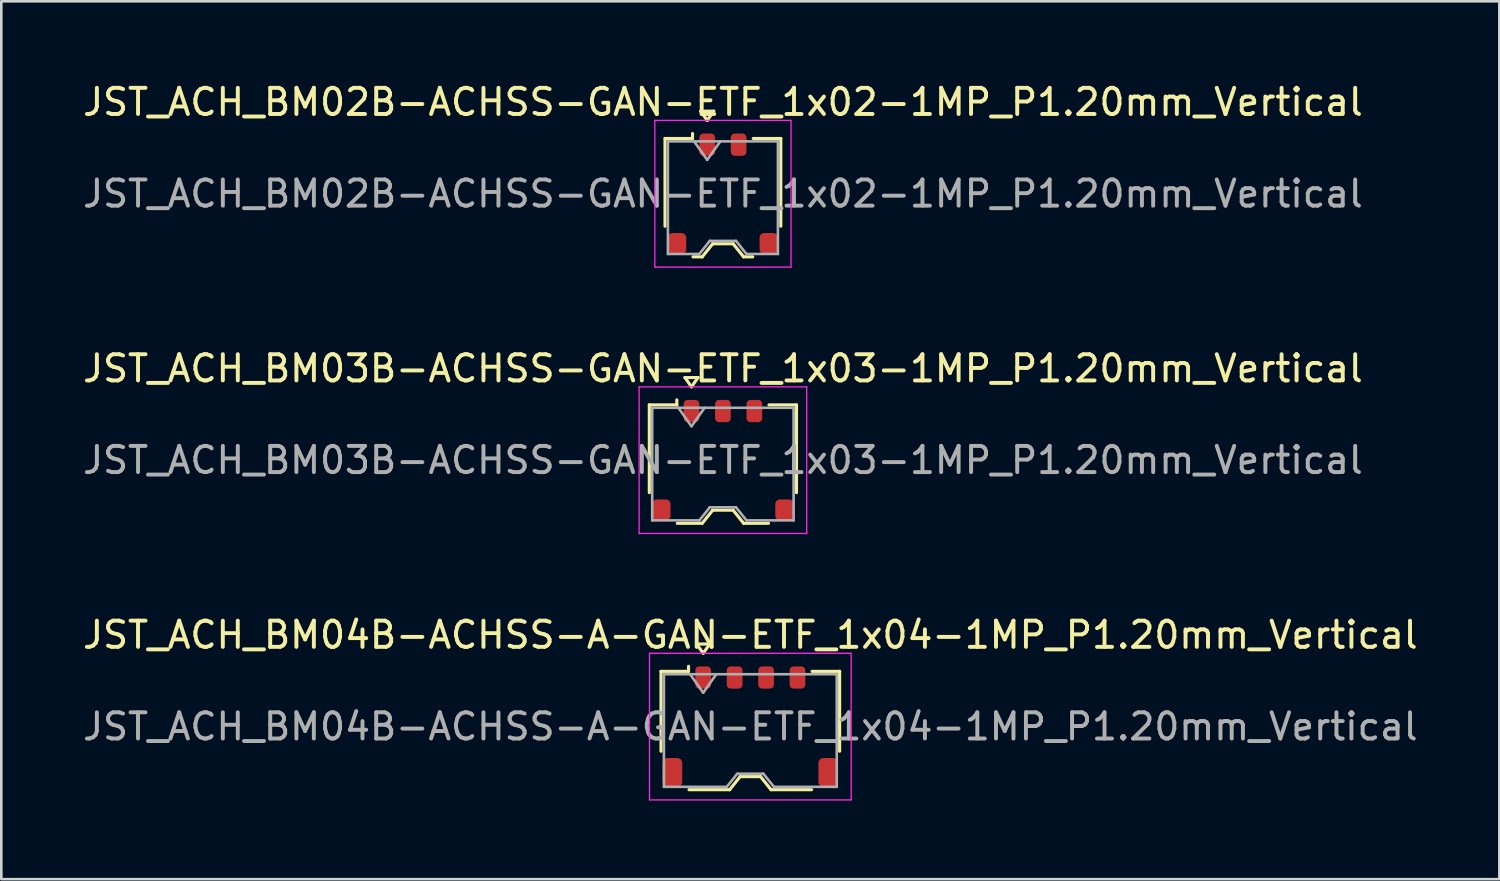
<source format=kicad_pcb>
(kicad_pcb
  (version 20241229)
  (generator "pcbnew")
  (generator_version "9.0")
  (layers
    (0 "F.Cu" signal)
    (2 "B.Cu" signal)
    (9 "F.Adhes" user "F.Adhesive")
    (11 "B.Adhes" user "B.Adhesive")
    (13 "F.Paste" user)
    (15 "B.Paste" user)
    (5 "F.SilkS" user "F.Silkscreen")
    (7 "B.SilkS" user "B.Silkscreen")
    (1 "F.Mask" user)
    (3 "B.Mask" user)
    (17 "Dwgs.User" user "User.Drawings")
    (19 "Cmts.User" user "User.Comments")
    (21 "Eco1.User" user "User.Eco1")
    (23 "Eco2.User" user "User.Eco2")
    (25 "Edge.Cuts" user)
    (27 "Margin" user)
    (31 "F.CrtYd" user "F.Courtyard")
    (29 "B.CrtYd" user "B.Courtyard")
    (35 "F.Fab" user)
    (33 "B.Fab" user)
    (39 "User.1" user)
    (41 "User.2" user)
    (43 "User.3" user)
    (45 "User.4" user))
  (footprint "JST_ACH_BM02B-ACHSS-GAN-ETF_1x02-1MP_P1.20mm_Vertical"
    (layer "F.Cu")
    (at 24.554 4.348)
    (property "Reference" "JST_ACH_BM02B-ACHSS-GAN-ETF_1x02-1MP_P1.20mm_Vertical" (at 0 -3.5 0) (layer "F.SilkS") (effects (font (size 1 1) (thickness 0.15))))
    (attr smd)
    (fp_line (start -2.21 -2.11) (end -1.16 -2.11) (stroke (width 0.12) (type solid)) (layer "F.SilkS"))
    (fp_line (start -2.21 1.24) (end -2.21 -2.11) (stroke (width 0.12) (type solid)) (layer "F.SilkS"))
    (fp_line (start -1.16 -2.11) (end -1.16 -2.3) (stroke (width 0.12) (type solid)) (layer "F.SilkS"))
    (fp_line (start -1.14 2.41) (end -0.79 2.41) (stroke (width 0.12) (type solid)) (layer "F.SilkS"))
    (fp_line (start -0.85 -3.154) (end -0.6 -2.8) (stroke (width 0.12) (type solid)) (layer "F.SilkS"))
    (fp_line (start -0.79 2.41) (end -0.39 1.91) (stroke (width 0.12) (type solid)) (layer "F.SilkS"))
    (fp_line (start -0.6 -2.8) (end -0.35 -3.154) (stroke (width 0.12) (type solid)) (layer "F.SilkS"))
    (fp_line (start -0.39 1.91) (end 0.39 1.91) (stroke (width 0.12) (type solid)) (layer "F.SilkS"))
    (fp_line (start -0.35 -3.154) (end -0.85 -3.154) (stroke (width 0.12) (type solid)) (layer "F.SilkS"))
    (fp_line (start 0.39 1.91) (end 0.79 2.41) (stroke (width 0.12) (type solid)) (layer "F.SilkS"))
    (fp_line (start 0.79 2.41) (end 1.14 2.41) (stroke (width 0.12) (type solid)) (layer "F.SilkS"))
    (fp_line (start 2.21 -2.11) (end 1.16 -2.11) (stroke (width 0.12) (type solid)) (layer "F.SilkS"))
    (fp_line (start 2.21 1.24) (end 2.21 -2.11) (stroke (width 0.12) (type solid)) (layer "F.SilkS"))
    (fp_line (start -2.6 -2.8) (end -2.6 2.8) (stroke (width 0.05) (type solid)) (layer "F.CrtYd"))
    (fp_line (start -2.6 2.8) (end 2.6 2.8) (stroke (width 0.05) (type solid)) (layer "F.CrtYd"))
    (fp_line (start 2.6 -2.8) (end -2.6 -2.8) (stroke (width 0.05) (type solid)) (layer "F.CrtYd"))
    (fp_line (start 2.6 2.8) (end 2.6 -2.8) (stroke (width 0.05) (type solid)) (layer "F.CrtYd"))
    (fp_line (start -2.1 -2) (end -2.1 2.3) (stroke (width 0.1) (type solid)) (layer "F.Fab"))
    (fp_line (start -2.1 -2) (end 2.1 -2) (stroke (width 0.1) (type solid)) (layer "F.Fab"))
    (fp_line (start -2.1 2.3) (end -0.9 2.3) (stroke (width 0.1) (type solid)) (layer "F.Fab"))
    (fp_line (start -1.1 -2) (end -0.6 -1.293) (stroke (width 0.1) (type solid)) (layer "F.Fab"))
    (fp_line (start -0.9 2.3) (end -0.5 1.8) (stroke (width 0.1) (type solid)) (layer "F.Fab"))
    (fp_line (start -0.6 -1.293) (end -0.1 -2) (stroke (width 0.1) (type solid)) (layer "F.Fab"))
    (fp_line (start -0.5 1.8) (end 0.5 1.8) (stroke (width 0.1) (type solid)) (layer "F.Fab"))
    (fp_line (start 0.5 1.8) (end 0.9 2.3) (stroke (width 0.1) (type solid)) (layer "F.Fab"))
    (fp_line (start 0.9 2.3) (end 2.1 2.3) (stroke (width 0.1) (type solid)) (layer "F.Fab"))
    (fp_line (start 2.1 -2) (end 2.1 2.3) (stroke (width 0.1) (type solid)) (layer "F.Fab"))
    (fp_text user "${REFERENCE}" (at 0 0 0) (layer "F.Fab") (effects (font (size 1 1) (thickness 0.15))))
    (pad "1" smd roundrect (at -0.6 -1.875) (size 0.6 0.85) (layers "F.Cu" "F.Mask" "F.Paste") (roundrect_rratio 0.25))
    (pad "2" smd roundrect (at 0.6 -1.875) (size 0.6 0.85) (layers "F.Cu" "F.Mask" "F.Paste") (roundrect_rratio 0.25))
    (pad "MP" smd roundrect (at -1.75 1.9) (size 0.7 0.8) (layers "F.Cu" "F.Mask" "F.Paste") (roundrect_rratio 0.25))
    (pad "MP" smd roundrect (at 1.75 1.9) (size 0.7 0.8) (layers "F.Cu" "F.Mask" "F.Paste") (roundrect_rratio 0.25)))
  (footprint "JST_ACH_BM03B-ACHSS-GAN-ETF_1x03-1MP_P1.20mm_Vertical"
    (layer "F.Cu")
    (at 24.554 14.521)
    (property "Reference" "JST_ACH_BM03B-ACHSS-GAN-ETF_1x03-1MP_P1.20mm_Vertical" (at 0 -3.5 0) (layer "F.SilkS") (effects (font (size 1 1) (thickness 0.15))))
    (attr smd)
    (fp_line (start -2.81 -2.11) (end -1.76 -2.11) (stroke (width 0.12) (type solid)) (layer "F.SilkS"))
    (fp_line (start -2.81 1.24) (end -2.81 -2.11) (stroke (width 0.12) (type solid)) (layer "F.SilkS"))
    (fp_line (start -1.76 -2.11) (end -1.76 -2.3) (stroke (width 0.12) (type solid)) (layer "F.SilkS"))
    (fp_line (start -1.74 2.41) (end -0.79 2.41) (stroke (width 0.12) (type solid)) (layer "F.SilkS"))
    (fp_line (start -1.45 -3.154) (end -1.2 -2.8) (stroke (width 0.12) (type solid)) (layer "F.SilkS"))
    (fp_line (start -1.2 -2.8) (end -0.95 -3.154) (stroke (width 0.12) (type solid)) (layer "F.SilkS"))
    (fp_line (start -0.95 -3.154) (end -1.45 -3.154) (stroke (width 0.12) (type solid)) (layer "F.SilkS"))
    (fp_line (start -0.79 2.41) (end -0.39 1.91) (stroke (width 0.12) (type solid)) (layer "F.SilkS"))
    (fp_line (start -0.39 1.91) (end 0.39 1.91) (stroke (width 0.12) (type solid)) (layer "F.SilkS"))
    (fp_line (start 0.39 1.91) (end 0.79 2.41) (stroke (width 0.12) (type solid)) (layer "F.SilkS"))
    (fp_line (start 0.79 2.41) (end 1.74 2.41) (stroke (width 0.12) (type solid)) (layer "F.SilkS"))
    (fp_line (start 2.81 -2.11) (end 1.76 -2.11) (stroke (width 0.12) (type solid)) (layer "F.SilkS"))
    (fp_line (start 2.81 1.24) (end 2.81 -2.11) (stroke (width 0.12) (type solid)) (layer "F.SilkS"))
    (fp_line (start -3.2 -2.8) (end -3.2 2.8) (stroke (width 0.05) (type solid)) (layer "F.CrtYd"))
    (fp_line (start -3.2 2.8) (end 3.2 2.8) (stroke (width 0.05) (type solid)) (layer "F.CrtYd"))
    (fp_line (start 3.2 -2.8) (end -3.2 -2.8) (stroke (width 0.05) (type solid)) (layer "F.CrtYd"))
    (fp_line (start 3.2 2.8) (end 3.2 -2.8) (stroke (width 0.05) (type solid)) (layer "F.CrtYd"))
    (fp_line (start -2.7 -2) (end -2.7 2.3) (stroke (width 0.1) (type solid)) (layer "F.Fab"))
    (fp_line (start -2.7 -2) (end 2.7 -2) (stroke (width 0.1) (type solid)) (layer "F.Fab"))
    (fp_line (start -2.7 2.3) (end -0.9 2.3) (stroke (width 0.1) (type solid)) (layer "F.Fab"))
    (fp_line (start -1.7 -2) (end -1.2 -1.293) (stroke (width 0.1) (type solid)) (layer "F.Fab"))
    (fp_line (start -1.2 -1.293) (end -0.7 -2) (stroke (width 0.1) (type solid)) (layer "F.Fab"))
    (fp_line (start -0.9 2.3) (end -0.5 1.8) (stroke (width 0.1) (type solid)) (layer "F.Fab"))
    (fp_line (start -0.5 1.8) (end 0.5 1.8) (stroke (width 0.1) (type solid)) (layer "F.Fab"))
    (fp_line (start 0.5 1.8) (end 0.9 2.3) (stroke (width 0.1) (type solid)) (layer "F.Fab"))
    (fp_line (start 0.9 2.3) (end 2.7 2.3) (stroke (width 0.1) (type solid)) (layer "F.Fab"))
    (fp_line (start 2.7 -2) (end 2.7 2.3) (stroke (width 0.1) (type solid)) (layer "F.Fab"))
    (fp_text user "${REFERENCE}" (at 0 0 0) (layer "F.Fab") (effects (font (size 1 1) (thickness 0.15))))
    (pad "1" smd roundrect (at -1.2 -1.875) (size 0.6 0.85) (layers "F.Cu" "F.Mask" "F.Paste") (roundrect_rratio 0.25))
    (pad "2" smd roundrect (at 0 -1.875) (size 0.6 0.85) (layers "F.Cu" "F.Mask" "F.Paste") (roundrect_rratio 0.25))
    (pad "3" smd roundrect (at 1.2 -1.875) (size 0.6 0.85) (layers "F.Cu" "F.Mask" "F.Paste") (roundrect_rratio 0.25))
    (pad "MP" smd roundrect (at -2.35 1.9) (size 0.7 0.8) (layers "F.Cu" "F.Mask" "F.Paste") (roundrect_rratio 0.25))
    (pad "MP" smd roundrect (at 2.35 1.9) (size 0.7 0.8) (layers "F.Cu" "F.Mask" "F.Paste") (roundrect_rratio 0.25)))
  (footprint "JST_ACH_BM04B-ACHSS-A-GAN-ETF_1x04-1MP_P1.20mm_Vertical"
    (layer "F.Cu")
    (at 25.601 24.695)
    (property "Reference" "JST_ACH_BM04B-ACHSS-A-GAN-ETF_1x04-1MP_P1.20mm_Vertical" (at 0 -3.5 0) (layer "F.SilkS") (effects (font (size 1 1) (thickness 0.15))))
    (attr smd)
    (fp_line (start -3.41 -2.11) (end -2.36 -2.11) (stroke (width 0.12) (type solid)) (layer "F.SilkS"))
    (fp_line (start -3.41 0.94) (end -3.41 -2.11) (stroke (width 0.12) (type solid)) (layer "F.SilkS"))
    (fp_line (start -2.36 -2.11) (end -2.36 -2.3) (stroke (width 0.12) (type solid)) (layer "F.SilkS"))
    (fp_line (start -2.34 2.41) (end -0.79 2.41) (stroke (width 0.12) (type solid)) (layer "F.SilkS"))
    (fp_line (start -2.05 -3.154) (end -1.8 -2.8) (stroke (width 0.12) (type solid)) (layer "F.SilkS"))
    (fp_line (start -1.8 -2.8) (end -1.55 -3.154) (stroke (width 0.12) (type solid)) (layer "F.SilkS"))
    (fp_line (start -1.55 -3.154) (end -2.05 -3.154) (stroke (width 0.12) (type solid)) (layer "F.SilkS"))
    (fp_line (start -0.79 2.41) (end -0.39 1.91) (stroke (width 0.12) (type solid)) (layer "F.SilkS"))
    (fp_line (start -0.39 1.91) (end 0.39 1.91) (stroke (width 0.12) (type solid)) (layer "F.SilkS"))
    (fp_line (start 0.39 1.91) (end 0.79 2.41) (stroke (width 0.12) (type solid)) (layer "F.SilkS"))
    (fp_line (start 0.79 2.41) (end 2.34 2.41) (stroke (width 0.12) (type solid)) (layer "F.SilkS"))
    (fp_line (start 3.41 -2.11) (end 2.36 -2.11) (stroke (width 0.12) (type solid)) (layer "F.SilkS"))
    (fp_line (start 3.41 0.94) (end 3.41 -2.11) (stroke (width 0.12) (type solid)) (layer "F.SilkS"))
    (fp_line (start -3.85 -2.8) (end -3.85 2.8) (stroke (width 0.05) (type solid)) (layer "F.CrtYd"))
    (fp_line (start -3.85 2.8) (end 3.85 2.8) (stroke (width 0.05) (type solid)) (layer "F.CrtYd"))
    (fp_line (start 3.85 -2.8) (end -3.85 -2.8) (stroke (width 0.05) (type solid)) (layer "F.CrtYd"))
    (fp_line (start 3.85 2.8) (end 3.85 -2.8) (stroke (width 0.05) (type solid)) (layer "F.CrtYd"))
    (fp_line (start -3.3 -2) (end -3.3 2.3) (stroke (width 0.1) (type solid)) (layer "F.Fab"))
    (fp_line (start -3.3 -2) (end 3.3 -2) (stroke (width 0.1) (type solid)) (layer "F.Fab"))
    (fp_line (start -3.3 2.3) (end -0.9 2.3) (stroke (width 0.1) (type solid)) (layer "F.Fab"))
    (fp_line (start -2.3 -2) (end -1.8 -1.293) (stroke (width 0.1) (type solid)) (layer "F.Fab"))
    (fp_line (start -1.8 -1.293) (end -1.3 -2) (stroke (width 0.1) (type solid)) (layer "F.Fab"))
    (fp_line (start -0.9 2.3) (end -0.5 1.8) (stroke (width 0.1) (type solid)) (layer "F.Fab"))
    (fp_line (start -0.5 1.8) (end 0.5 1.8) (stroke (width 0.1) (type solid)) (layer "F.Fab"))
    (fp_line (start 0.5 1.8) (end 0.9 2.3) (stroke (width 0.1) (type solid)) (layer "F.Fab"))
    (fp_line (start 0.9 2.3) (end 3.3 2.3) (stroke (width 0.1) (type solid)) (layer "F.Fab"))
    (fp_line (start 3.3 -2) (end 3.3 2.3) (stroke (width 0.1) (type solid)) (layer "F.Fab"))
    (fp_text user "${REFERENCE}" (at 0 0 0) (layer "F.Fab") (effects (font (size 1 1) (thickness 0.15))))
    (pad "1" smd roundrect (at -1.8 -1.875) (size 0.6 0.85) (layers "F.Cu" "F.Mask" "F.Paste") (roundrect_rratio 0.25))
    (pad "2" smd roundrect (at -0.6 -1.875) (size 0.6 0.85) (layers "F.Cu" "F.Mask" "F.Paste") (roundrect_rratio 0.25))
    (pad "3" smd roundrect (at 0.6 -1.875) (size 0.6 0.85) (layers "F.Cu" "F.Mask" "F.Paste") (roundrect_rratio 0.25))
    (pad "4" smd roundrect (at 1.8 -1.875) (size 0.6 0.85) (layers "F.Cu" "F.Mask" "F.Paste") (roundrect_rratio 0.25))
    (pad "MP" smd roundrect (at -2.975 1.75) (size 0.75 1.1) (layers "F.Cu" "F.Mask" "F.Paste") (roundrect_rratio 0.25))
    (pad "MP" smd roundrect (at 2.975 1.75) (size 0.75 1.1) (layers "F.Cu" "F.Mask" "F.Paste") (roundrect_rratio 0.25)))
  (gr_rect
    (start -3 -3)
    (end 54.202 30.52)
    (stroke (width 0.1) (type default))
    (fill no)
    (layer "Edge.Cuts")))
</source>
